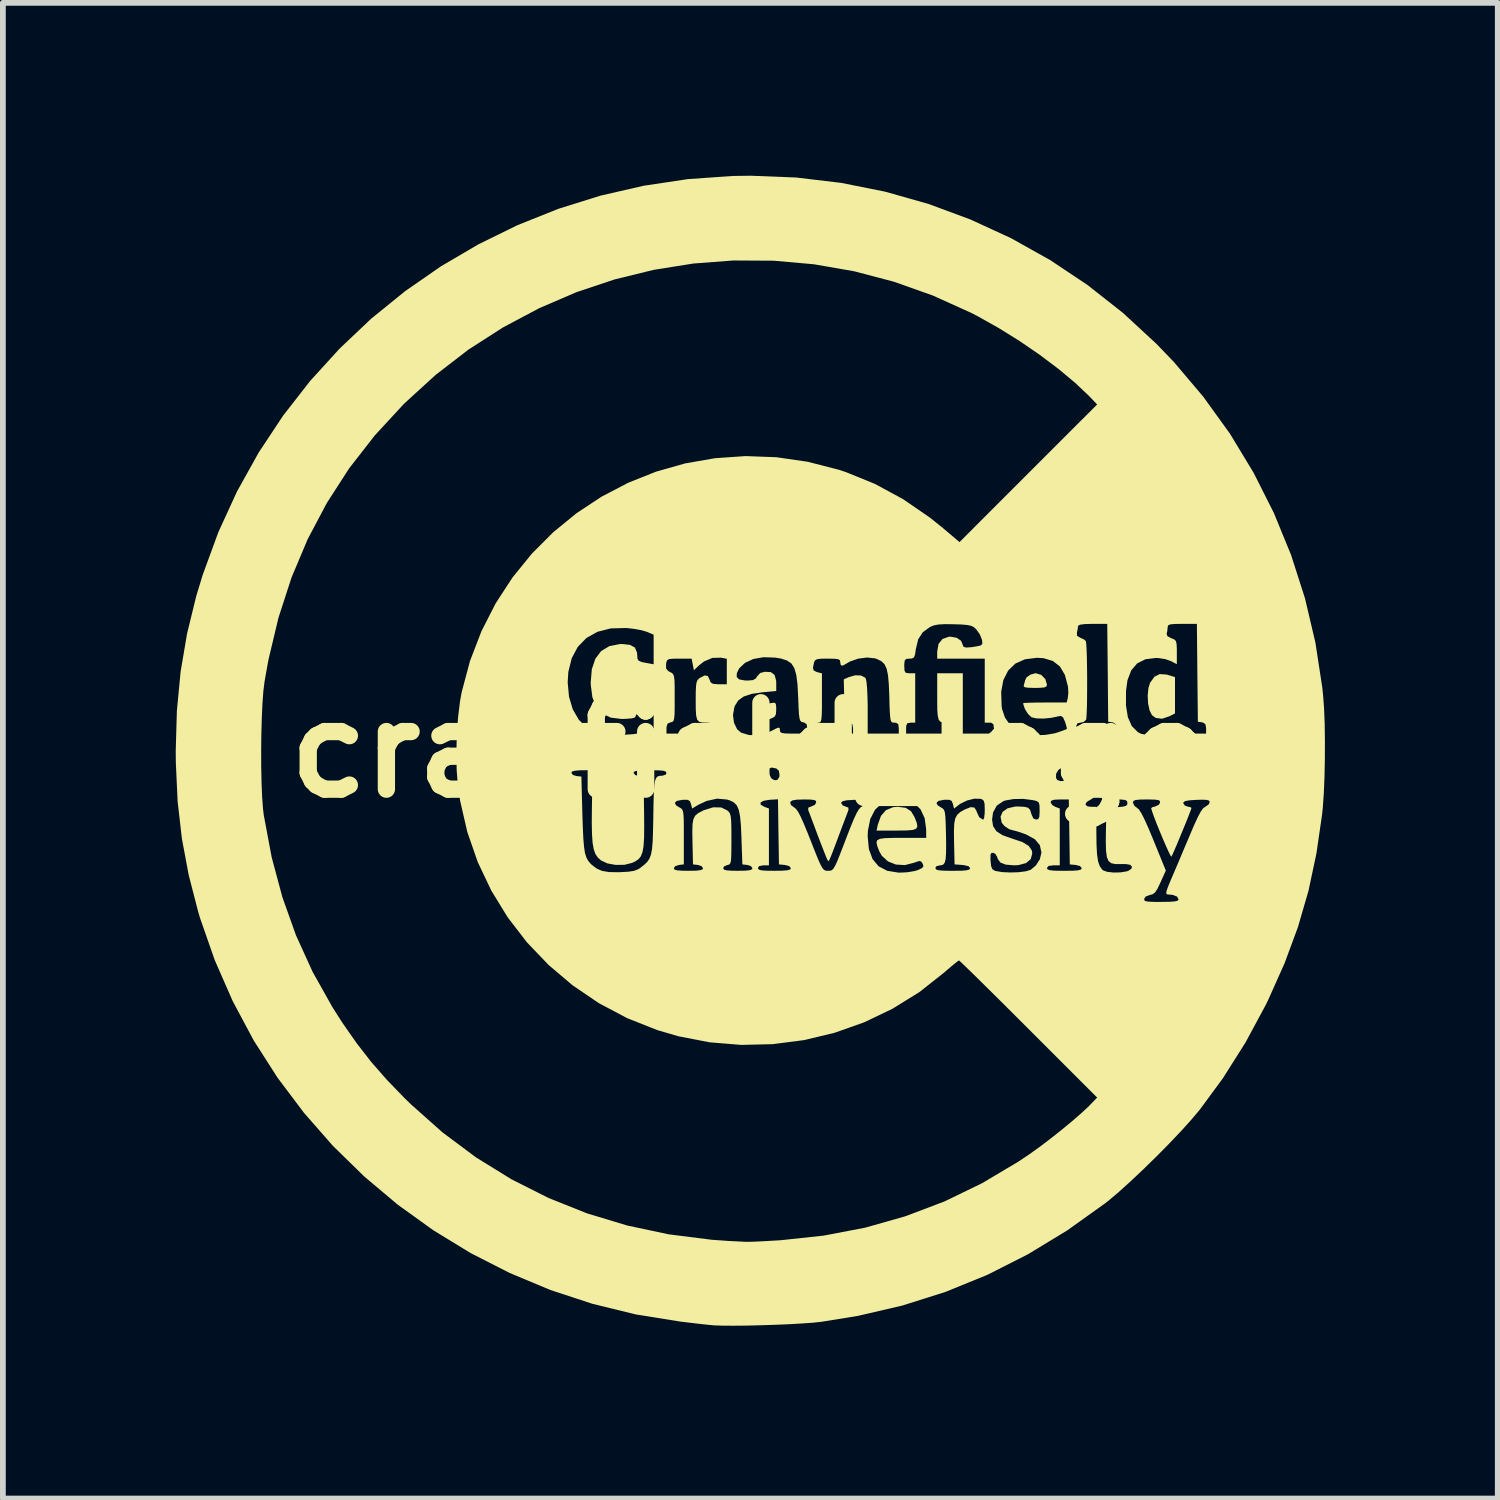
<source format=kicad_pcb>
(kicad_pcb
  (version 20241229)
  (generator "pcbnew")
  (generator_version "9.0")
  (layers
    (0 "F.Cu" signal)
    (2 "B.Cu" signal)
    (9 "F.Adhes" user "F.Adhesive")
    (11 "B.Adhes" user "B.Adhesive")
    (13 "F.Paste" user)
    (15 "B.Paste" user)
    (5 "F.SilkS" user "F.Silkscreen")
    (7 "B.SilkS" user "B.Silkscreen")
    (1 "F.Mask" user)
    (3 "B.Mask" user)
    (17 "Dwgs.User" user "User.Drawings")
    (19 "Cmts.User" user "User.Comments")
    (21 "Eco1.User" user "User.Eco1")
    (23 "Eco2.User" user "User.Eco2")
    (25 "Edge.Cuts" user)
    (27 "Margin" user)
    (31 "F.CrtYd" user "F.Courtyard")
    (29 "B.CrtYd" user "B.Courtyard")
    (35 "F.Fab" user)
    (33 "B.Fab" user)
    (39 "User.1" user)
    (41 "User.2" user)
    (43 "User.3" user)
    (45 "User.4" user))
  (footprint "cranfield_logo"
    (layer "F.Cu")
    (at 9.978 9.969)
    (property "Reference" "cranfield_logo" (at 0 0 0) (layer "F.SilkS") (effects (font (size 1.5 1.5) (thickness 0.3))))
    (attr board_only exclude_from_pos_files exclude_from_bom)
    (fp_poly (pts (xy 2.691 1.002) (xy 2.784 1.061) (xy 2.844 1.16) (xy 2.882 1.257) (xy 2.895 1.323) (xy 2.875 1.364) (xy 2.816 1.386) (xy 2.708 1.395) (xy 2.545 1.397) (xy 2.537 1.397) (xy 2.186 1.397) (xy 2.208 1.294) (xy 2.263 1.141) (xy 2.351 1.041) (xy 2.474 0.991) (xy 2.556 0.984)) (stroke (width 0) (type solid)) (fill yes) (layer "F.SilkS"))
    (fp_poly (pts (xy 7.22 -1.311) (xy 7.244 -1.304) (xy 7.366 -1.267) (xy 7.366 -0.952) (xy 7.366 -0.637) (xy 7.272 -0.588) (xy 7.142 -0.544) (xy 7.033 -0.558) (xy 6.967 -0.605) (xy 6.925 -0.688) (xy 6.899 -0.81) (xy 6.892 -0.947) (xy 6.905 -1.077) (xy 6.934 -1.169) (xy 7.009 -1.273) (xy 7.101 -1.319)) (stroke (width 0) (type solid)) (fill yes) (layer "F.SilkS"))
    (fp_poly (pts (xy 5.045 -1.305) (xy 5.115 -1.233) (xy 5.143 -1.138) (xy 5.144 -1.136) (xy 5.135 -1.105) (xy 5.1 -1.088) (xy 5.026 -1.081) (xy 4.934 -1.079) (xy 4.821 -1.082) (xy 4.761 -1.09) (xy 4.74 -1.108) (xy 4.743 -1.13) (xy 4.76 -1.189) (xy 4.763 -1.207) (xy 4.79 -1.263) (xy 4.858 -1.31) (xy 4.941 -1.333) (xy 4.953 -1.333)) (stroke (width 0) (type solid)) (fill yes) (layer "F.SilkS"))
    (fp_poly (pts (xy 0.437 -0.806) (xy 0.444 -0.748) (xy 0.445 -0.706) (xy 0.439 -0.62) (xy 0.412 -0.575) (xy 0.349 -0.545) (xy 0.345 -0.543) (xy 0.243 -0.514) (xy 0.177 -0.515) (xy 0.123 -0.548) (xy 0.113 -0.558) (xy 0.073 -0.616) (xy 0.064 -0.651) (xy 0.088 -0.713) (xy 0.145 -0.77) (xy 0.205 -0.794) (xy 0.264 -0.8) (xy 0.345 -0.814) (xy 0.409 -0.823)) (stroke (width 0) (type solid)) (fill yes) (layer "F.SilkS"))
    (fp_poly (pts (xy 0.79 -9.938) (xy 1.57 -9.845) (xy 2.336 -9.692) (xy 3.085 -9.48) (xy 3.814 -9.21) (xy 4.52 -8.885) (xy 5.199 -8.505) (xy 5.848 -8.072) (xy 6.464 -7.587) (xy 7.044 -7.051) (xy 7.345 -6.738) (xy 7.858 -6.132) (xy 8.321 -5.49) (xy 8.729 -4.816) (xy 9.083 -4.114) (xy 9.381 -3.386) (xy 9.622 -2.635) (xy 9.803 -1.866) (xy 9.923 -1.082) (xy 9.936 -0.957) (xy 9.953 -0.733) (xy 9.964 -0.462) (xy 9.968 -0.162) (xy 9.967 0.152) (xy 9.961 0.461) (xy 9.949 0.75) (xy 9.931 1.003) (xy 9.92 1.111) (xy 9.821 1.793) (xy 9.683 2.442) (xy 9.5 3.072) (xy 9.269 3.697) (xy 8.985 4.333) (xy 8.938 4.429) (xy 8.59 5.075) (xy 8.197 5.696) (xy 7.798 6.239) (xy 7.655 6.409) (xy 7.476 6.608) (xy 7.269 6.826) (xy 7.046 7.052) (xy 6.818 7.275) (xy 6.595 7.485) (xy 6.389 7.671) (xy 6.209 7.823) (xy 6.16 7.862) (xy 5.495 8.337) (xy 4.812 8.752) (xy 4.109 9.108) (xy 3.383 9.404) (xy 2.634 9.641) (xy 1.859 9.821) (xy 1.222 9.924) (xy 1.078 9.939) (xy 0.888 9.952) (xy 0.665 9.965) (xy 0.422 9.975) (xy 0.173 9.983) (xy -0.07 9.989) (xy -0.294 9.991) (xy -0.485 9.99) (xy -0.63 9.985) (xy -0.667 9.982) (xy -0.754 9.973) (xy -0.886 9.959) (xy -1.046 9.94) (xy -1.216 9.92) (xy -1.222 9.919) (xy -1.993 9.795) (xy -2.745 9.611) (xy -3.475 9.371) (xy -4.181 9.076) (xy -4.86 8.73) (xy -5.509 8.333) (xy -6.126 7.889) (xy -6.707 7.4) (xy -7.251 6.868) (xy -7.753 6.295) (xy -8.212 5.685) (xy -8.625 5.039) (xy -8.988 4.359) (xy -9.3 3.648) (xy -9.558 2.909) (xy -9.589 2.803) (xy -9.753 2.168) (xy -9.871 1.536) (xy -9.945 0.892) (xy -9.976 0.219) (xy -9.978 0.032) (xy -9.978 0.015) (xy -8.495 0.015) (xy -8.494 0.302) (xy -8.488 0.574) (xy -8.478 0.817) (xy -8.463 1.019) (xy -8.45 1.127) (xy -8.313 1.858) (xy -8.127 2.552) (xy -7.891 3.214) (xy -7.602 3.849) (xy -7.257 4.464) (xy -7.083 4.736) (xy -6.838 5.087) (xy -6.588 5.409) (xy -6.317 5.719) (xy -6.012 6.035) (xy -5.897 6.147) (xy -5.347 6.636) (xy -4.764 7.071) (xy -4.15 7.45) (xy -3.507 7.774) (xy -2.836 8.042) (xy -2.14 8.252) (xy -1.42 8.405) (xy -0.677 8.499) (xy -0.381 8.52) (xy -0.258 8.526) (xy -0.141 8.532) (xy -0.095 8.535) (xy -0.025 8.535) (xy 0.095 8.531) (xy 0.249 8.523) (xy 0.426 8.513) (xy 0.524 8.507) (xy 1.269 8.427) (xy 1.99 8.289) (xy 2.687 8.091) (xy 3.363 7.835) (xy 4.017 7.518) (xy 4.649 7.142) (xy 4.83 7.021) (xy 5.009 6.893) (xy 5.203 6.746) (xy 5.4 6.59) (xy 5.586 6.436) (xy 5.748 6.295) (xy 5.874 6.177) (xy 5.889 6.161) (xy 6.015 6.031) (xy 4.825 4.841) (xy 4.598 4.615) (xy 4.385 4.402) (xy 4.189 4.208) (xy 4.015 4.036) (xy 3.868 3.891) (xy 3.75 3.776) (xy 3.667 3.696) (xy 3.623 3.656) (xy 3.617 3.651) (xy 3.586 3.671) (xy 3.52 3.724) (xy 3.428 3.801) (xy 3.362 3.859) (xy 2.93 4.2) (xy 2.464 4.489) (xy 1.971 4.725) (xy 1.457 4.907) (xy 0.926 5.034) (xy 0.384 5.104) (xy -0.164 5.117) (xy -0.711 5.072) (xy -1.254 4.967) (xy -1.62 4.86) (xy -2.142 4.653) (xy -2.633 4.393) (xy -3.088 4.084) (xy -3.506 3.73) (xy -3.883 3.336) (xy -4.216 2.903) (xy -4.501 2.438) (xy -4.736 1.943) (xy -4.917 1.422) (xy -5.042 0.879) (xy -5.082 0.603) (xy -5.098 0.395) (xy -3.111 0.395) (xy -3.084 0.432) (xy -3.024 0.45) (xy -2.937 0.46) (xy -2.92 1.111) (xy -2.912 1.352) (xy -2.903 1.539) (xy -2.891 1.68) (xy -2.875 1.785) (xy -2.851 1.862) (xy -2.82 1.921) (xy -2.779 1.97) (xy -2.758 1.99) (xy -2.672 2.056) (xy -2.578 2.097) (xy -2.458 2.117) (xy -2.294 2.12) (xy -2.264 2.119) (xy -2.119 2.111) (xy -2.02 2.095) (xy -1.949 2.067) (xy -1.923 2.05) (xy -1.333 2.05) (xy -1.32 2.074) (xy -1.271 2.088) (xy -1.178 2.094) (xy -1.079 2.095) (xy -0.948 2.093) (xy -0.869 2.084) (xy -0.832 2.068) (xy -0.826 2.05) (xy -0.853 2.013) (xy -0.913 1.994) (xy -1 1.984) (xy -1.009 1.592) (xy -1.012 1.413) (xy -1.008 1.286) (xy -0.993 1.199) (xy -0.962 1.139) (xy -0.912 1.096) (xy -0.838 1.056) (xy -0.81 1.043) (xy -0.649 0.993) (xy -0.51 0.996) (xy -0.408 1.045) (xy -0.378 1.072) (xy -0.358 1.104) (xy -0.345 1.152) (xy -0.337 1.228) (xy -0.334 1.343) (xy -0.333 1.507) (xy -0.333 1.545) (xy -0.334 1.72) (xy -0.336 1.841) (xy -0.341 1.919) (xy -0.352 1.963) (xy -0.369 1.985) (xy -0.395 1.993) (xy -0.405 1.995) (xy -0.461 2.02) (xy -0.476 2.05) (xy -0.462 2.074) (xy -0.414 2.088) (xy -0.32 2.094) (xy -0.222 2.095) (xy -0.091 2.093) (xy -0.012 2.084) (xy 0.025 2.068) (xy 0.032 2.05) (xy 0.03 2.048) (xy 0.127 2.048) (xy 0.138 2.071) (xy 0.179 2.086) (xy 0.26 2.093) (xy 0.392 2.095) (xy 0.413 2.095) (xy 0.553 2.093) (xy 0.641 2.086) (xy 0.686 2.072) (xy 0.699 2.05) (xy 0.669 2.013) (xy 0.595 1.994) (xy 0.492 1.984) (xy 0.483 1.419) (xy 0.476 0.904) (xy 0.687 0.904) (xy 0.699 0.953) (xy 0.75 0.991) (xy 0.785 1.018) (xy 0.822 1.067) (xy 0.866 1.149) (xy 0.92 1.269) (xy 0.989 1.436) (xy 1.04 1.564) (xy 1.114 1.753) (xy 1.17 1.891) (xy 1.212 1.985) (xy 1.245 2.045) (xy 1.273 2.078) (xy 1.302 2.092) (xy 1.335 2.095) (xy 1.347 2.095) (xy 1.382 2.093) (xy 1.411 2.084) (xy 1.438 2.057) (xy 1.468 2.007) (xy 1.506 1.924) (xy 1.555 1.801) (xy 1.621 1.63) (xy 1.651 1.552) (xy 1.671 1.499) (xy 2.032 1.499) (xy 2.053 1.719) (xy 2.117 1.892) (xy 2.222 2.017) (xy 2.371 2.095) (xy 2.562 2.126) (xy 2.597 2.127) (xy 2.724 2.12) (xy 2.844 2.1) (xy 2.908 2.081) (xy 2.974 2.048) (xy 3.207 2.048) (xy 3.218 2.071) (xy 3.257 2.085) (xy 3.336 2.093) (xy 3.465 2.095) (xy 3.508 2.095) (xy 3.653 2.094) (xy 3.745 2.087) (xy 3.794 2.074) (xy 3.81 2.053) (xy 3.81 2.05) (xy 3.782 2.015) (xy 3.696 1.996) (xy 3.675 1.994) (xy 3.54 1.984) (xy 3.538 1.893) (xy 4.163 1.893) (xy 4.165 1.925) (xy 4.176 2.02) (xy 4.199 2.07) (xy 4.243 2.096) (xy 4.255 2.099) (xy 4.367 2.118) (xy 4.506 2.124) (xy 4.649 2.12) (xy 4.775 2.104) (xy 4.859 2.079) (xy 4.897 2.048) (xy 5.144 2.048) (xy 5.154 2.071) (xy 5.194 2.085) (xy 5.273 2.093) (xy 5.401 2.095) (xy 5.445 2.095) (xy 5.59 2.094) (xy 5.682 2.087) (xy 5.731 2.074) (xy 5.747 2.053) (xy 5.747 2.05) (xy 5.718 2.013) (xy 5.644 1.994) (xy 5.54 1.984) (xy 5.532 1.421) (xy 5.524 0.946) (xy 5.812 0.946) (xy 5.847 0.977) (xy 5.905 0.984) (xy 6.001 0.984) (xy 6.001 1.427) (xy 6.004 1.646) (xy 6.013 1.81) (xy 6.031 1.93) (xy 6.059 2.013) (xy 6.099 2.07) (xy 6.119 2.088) (xy 6.189 2.113) (xy 6.296 2.125) (xy 6.416 2.123) (xy 6.523 2.106) (xy 6.554 2.097) (xy 6.612 2.057) (xy 6.617 2.019) (xy 6.586 1.991) (xy 6.513 1.978) (xy 6.421 1.978) (xy 6.327 1.978) (xy 6.259 1.963) (xy 6.212 1.925) (xy 6.183 1.856) (xy 6.169 1.747) (xy 6.165 1.591) (xy 6.167 1.413) (xy 6.175 1) (xy 6.358 0.991) (xy 6.462 0.982) (xy 6.518 0.967) (xy 6.539 0.94) (xy 6.54 0.919) (xy 6.539 0.913) (xy 6.636 0.913) (xy 6.662 0.969) (xy 6.705 1.001) (xy 6.74 1.031) (xy 6.784 1.098) (xy 6.839 1.208) (xy 6.91 1.366) (xy 6.991 1.561) (xy 7.207 2.091) (xy 7.114 2.297) (xy 7.061 2.408) (xy 7.018 2.473) (xy 6.974 2.504) (xy 6.932 2.514) (xy 6.858 2.541) (xy 6.832 2.58) (xy 6.833 2.606) (xy 6.856 2.622) (xy 6.911 2.631) (xy 7.011 2.635) (xy 7.126 2.635) (xy 7.272 2.633) (xy 7.365 2.626) (xy 7.414 2.613) (xy 7.429 2.592) (xy 7.429 2.591) (xy 7.401 2.542) (xy 7.324 2.513) (xy 7.268 2.508) (xy 7.232 2.505) (xy 7.215 2.49) (xy 7.217 2.452) (xy 7.242 2.38) (xy 7.289 2.265) (xy 7.315 2.204) (xy 7.367 2.083) (xy 7.436 1.921) (xy 7.513 1.737) (xy 7.593 1.549) (xy 7.621 1.482) (xy 7.701 1.295) (xy 7.764 1.159) (xy 7.813 1.068) (xy 7.853 1.012) (xy 7.889 0.985) (xy 7.894 0.983) (xy 7.951 0.943) (xy 7.969 0.904) (xy 7.959 0.878) (xy 7.921 0.865) (xy 7.842 0.861) (xy 7.739 0.864) (xy 7.615 0.872) (xy 7.543 0.885) (xy 7.512 0.907) (xy 7.509 0.921) (xy 7.536 0.962) (xy 7.58 0.979) (xy 7.636 0.992) (xy 7.652 1.005) (xy 7.64 1.041) (xy 7.609 1.123) (xy 7.564 1.237) (xy 7.51 1.369) (xy 7.453 1.507) (xy 7.399 1.638) (xy 7.352 1.747) (xy 7.318 1.823) (xy 7.303 1.85) (xy 7.287 1.829) (xy 7.253 1.761) (xy 7.207 1.659) (xy 7.153 1.534) (xy 7.097 1.4) (xy 7.044 1.268) (xy 6.999 1.15) (xy 6.967 1.06) (xy 6.953 1.01) (xy 6.953 1.007) (xy 6.98 0.989) (xy 7.024 0.979) (xy 7.085 0.949) (xy 7.106 0.913) (xy 7.104 0.884) (xy 7.078 0.868) (xy 7.015 0.86) (xy 6.902 0.857) (xy 6.876 0.857) (xy 6.753 0.859) (xy 6.68 0.867) (xy 6.645 0.883) (xy 6.636 0.91) (xy 6.636 0.913) (xy 6.539 0.913) (xy 6.533 0.885) (xy 6.501 0.866) (xy 6.431 0.858) (xy 6.35 0.857) (xy 6.16 0.857) (xy 6.16 0.714) (xy 6.149 0.614) (xy 6.121 0.572) (xy 6.084 0.592) (xy 6.044 0.673) (xy 6.037 0.695) (xy 5.99 0.796) (xy 5.913 0.854) (xy 5.905 0.857) (xy 5.832 0.902) (xy 5.812 0.946) (xy 5.524 0.946) (xy 5.523 0.857) (xy 5.365 0.857) (xy 5.266 0.862) (xy 5.217 0.88) (xy 5.207 0.906) (xy 5.234 0.952) (xy 5.286 0.984) (xy 5.366 1.014) (xy 5.366 1.507) (xy 5.366 2) (xy 5.255 2) (xy 5.172 2.011) (xy 5.144 2.044) (xy 5.144 2.048) (xy 4.897 2.048) (xy 4.952 2.002) (xy 5.021 1.893) (xy 5.048 1.778) (xy 5.048 1.778) (xy 5.02 1.65) (xy 4.933 1.547) (xy 4.788 1.467) (xy 4.778 1.463) (xy 4.678 1.427) (xy 4.602 1.404) (xy 4.572 1.397) (xy 4.49 1.374) (xy 4.407 1.319) (xy 4.358 1.259) (xy 4.338 1.156) (xy 4.375 1.071) (xy 4.46 1.011) (xy 4.586 0.981) (xy 4.635 0.979) (xy 4.748 0.984) (xy 4.815 1) (xy 4.851 1.037) (xy 4.872 1.105) (xy 4.874 1.112) (xy 4.907 1.186) (xy 4.956 1.206) (xy 4.992 1.197) (xy 5.011 1.159) (xy 5.016 1.077) (xy 5.016 1.049) (xy 5.014 0.955) (xy 4.999 0.906) (xy 4.959 0.882) (xy 4.897 0.868) (xy 4.731 0.847) (xy 4.565 0.85) (xy 4.424 0.874) (xy 4.388 0.886) (xy 4.273 0.964) (xy 4.208 1.082) (xy 4.191 1.207) (xy 4.209 1.321) (xy 4.267 1.409) (xy 4.374 1.478) (xy 4.536 1.535) (xy 4.548 1.539) (xy 4.717 1.596) (xy 4.827 1.663) (xy 4.881 1.742) (xy 4.889 1.794) (xy 4.862 1.893) (xy 4.781 1.961) (xy 4.651 1.996) (xy 4.572 2) (xy 4.427 1.988) (xy 4.334 1.951) (xy 4.287 1.883) (xy 4.281 1.858) (xy 4.247 1.801) (xy 4.213 1.784) (xy 4.179 1.785) (xy 4.164 1.817) (xy 4.163 1.893) (xy 3.538 1.893) (xy 3.531 1.591) (xy 3.529 1.41) (xy 3.534 1.279) (xy 3.551 1.189) (xy 3.584 1.125) (xy 3.636 1.077) (xy 3.713 1.033) (xy 3.721 1.029) (xy 3.821 0.99) (xy 3.885 0.998) (xy 3.921 1.056) (xy 3.925 1.072) (xy 3.967 1.164) (xy 4.028 1.205) (xy 4.04 1.206) (xy 4.053 1.178) (xy 4.062 1.104) (xy 4.064 1.035) (xy 4.061 0.935) (xy 4.047 0.88) (xy 4.016 0.854) (xy 3.991 0.846) (xy 3.885 0.843) (xy 3.759 0.874) (xy 3.641 0.931) (xy 3.611 0.953) (xy 3.531 1.015) (xy 3.511 0.935) (xy 3.491 0.884) (xy 3.452 0.863) (xy 3.375 0.862) (xy 3.357 0.863) (xy 3.262 0.882) (xy 3.224 0.915) (xy 3.247 0.959) (xy 3.302 0.994) (xy 3.334 1.013) (xy 3.357 1.038) (xy 3.371 1.08) (xy 3.38 1.151) (xy 3.386 1.263) (xy 3.39 1.425) (xy 3.391 1.446) (xy 3.394 1.646) (xy 3.392 1.792) (xy 3.385 1.892) (xy 3.369 1.954) (xy 3.344 1.987) (xy 3.307 1.999) (xy 3.286 2) (xy 3.222 2.017) (xy 3.207 2.048) (xy 2.974 2.048) (xy 2.979 2.046) (xy 3 2.013) (xy 2.986 1.971) (xy 2.959 1.932) (xy 2.922 1.926) (xy 2.853 1.95) (xy 2.842 1.954) (xy 2.679 1.996) (xy 2.522 1.987) (xy 2.384 1.932) (xy 2.278 1.835) (xy 2.236 1.762) (xy 2.2 1.671) (xy 2.185 1.607) (xy 2.197 1.565) (xy 2.246 1.54) (xy 2.337 1.528) (xy 2.479 1.524) (xy 2.619 1.524) (xy 3.048 1.524) (xy 3.047 1.373) (xy 3.021 1.182) (xy 2.949 1.028) (xy 2.838 0.917) (xy 2.693 0.852) (xy 2.521 0.842) (xy 2.442 0.854) (xy 2.283 0.92) (xy 2.16 1.035) (xy 2.077 1.196) (xy 2.036 1.399) (xy 2.032 1.499) (xy 1.671 1.499) (xy 1.729 1.349) (xy 1.791 1.199) (xy 1.84 1.094) (xy 1.879 1.028) (xy 1.912 0.991) (xy 1.929 0.982) (xy 1.984 0.942) (xy 2 0.904) (xy 1.99 0.878) (xy 1.95 0.864) (xy 1.869 0.861) (xy 1.786 0.864) (xy 1.666 0.872) (xy 1.599 0.887) (xy 1.573 0.911) (xy 1.572 0.921) (xy 1.599 0.961) (xy 1.645 0.979) (xy 1.698 0.999) (xy 1.698 1.042) (xy 1.679 1.092) (xy 1.643 1.187) (xy 1.595 1.314) (xy 1.54 1.46) (xy 1.54 1.46) (xy 1.472 1.642) (xy 1.423 1.771) (xy 1.389 1.856) (xy 1.368 1.905) (xy 1.354 1.925) (xy 1.345 1.924) (xy 1.336 1.91) (xy 1.33 1.898) (xy 1.31 1.852) (xy 1.273 1.759) (xy 1.224 1.633) (xy 1.168 1.487) (xy 1.163 1.474) (xy 1.108 1.326) (xy 1.059 1.196) (xy 1.022 1.097) (xy 1.001 1.044) (xy 1 1.042) (xy 1.001 0.999) (xy 1.053 0.979) (xy 1.115 0.95) (xy 1.137 0.913) (xy 1.135 0.883) (xy 1.107 0.867) (xy 1.041 0.859) (xy 0.926 0.857) (xy 0.799 0.861) (xy 0.724 0.874) (xy 0.69 0.899) (xy 0.687 0.904) (xy 0.476 0.904) (xy 0.475 0.854) (xy 0.327 0.863) (xy 0.225 0.88) (xy 0.173 0.91) (xy 0.174 0.946) (xy 0.234 0.982) (xy 0.236 0.983) (xy 0.318 1.014) (xy 0.318 1.507) (xy 0.318 2) (xy 0.222 2) (xy 0.147 2.014) (xy 0.127 2.048) (xy 0.03 2.048) (xy 0.004 2.013) (xy -0.056 1.994) (xy -0.143 1.984) (xy -0.159 1.522) (xy -0.168 1.309) (xy -0.183 1.15) (xy -0.206 1.036) (xy -0.241 0.958) (xy -0.292 0.907) (xy -0.361 0.873) (xy -0.411 0.858) (xy -0.582 0.843) (xy -0.765 0.883) (xy -0.904 0.948) (xy -1.015 1.014) (xy -1.035 0.934) (xy -1.056 0.883) (xy -1.095 0.863) (xy -1.175 0.863) (xy -1.187 0.864) (xy -1.28 0.882) (xy -1.316 0.916) (xy -1.292 0.96) (xy -1.238 0.994) (xy -1.208 1.011) (xy -1.186 1.033) (xy -1.172 1.07) (xy -1.164 1.132) (xy -1.16 1.231) (xy -1.159 1.375) (xy -1.159 1.509) (xy -1.159 1.984) (xy -1.246 1.994) (xy -1.311 2.017) (xy -1.333 2.05) (xy -1.923 2.05) (xy -1.917 2.046) (xy -1.848 1.992) (xy -1.795 1.942) (xy -1.756 1.885) (xy -1.729 1.813) (xy -1.711 1.717) (xy -1.7 1.586) (xy -1.694 1.412) (xy -1.689 1.184) (xy -1.689 1.149) (xy -1.685 0.921) (xy -1.68 0.748) (xy -1.672 0.623) (xy -1.66 0.539) (xy -1.641 0.486) (xy -1.615 0.458) (xy -1.578 0.447) (xy -1.532 0.445) (xy -1.474 0.426) (xy -1.473 0.424) (xy 0.254 0.424) (xy 0.266 0.5) (xy 0.311 0.532) (xy 0.396 0.533) (xy 0.467 0.515) (xy 0.488 0.482) (xy 5.301 0.482) (xy 5.323 0.519) (xy 5.381 0.539) (xy 5.458 0.531) (xy 5.52 0.497) (xy 5.523 0.494) (xy 5.546 0.424) (xy 5.525 0.35) (xy 5.473 0.305) (xy 5.402 0.304) (xy 5.34 0.347) (xy 5.302 0.412) (xy 5.301 0.482) (xy 0.488 0.482) (xy 0.497 0.467) (xy 0.502 0.439) (xy 0.491 0.359) (xy 0.446 0.319) (xy 0.363 0.303) (xy 0.293 0.335) (xy 0.256 0.404) (xy 0.254 0.424) (xy -1.473 0.424) (xy -1.46 0.397) (xy -1.472 0.374) (xy -1.512 0.359) (xy -1.593 0.352) (xy -1.725 0.349) (xy -1.746 0.349) (xy -1.887 0.351) (xy -1.975 0.359) (xy -2.019 0.373) (xy -2.032 0.395) (xy -2.004 0.432) (xy -1.945 0.45) (xy -1.857 0.46) (xy -1.849 1.088) (xy -1.847 1.332) (xy -1.849 1.522) (xy -1.858 1.665) (xy -1.876 1.769) (xy -1.905 1.843) (xy -1.945 1.894) (xy -2.001 1.932) (xy -2.057 1.958) (xy -2.189 1.991) (xy -2.341 1.993) (xy -2.485 1.967) (xy -2.597 1.915) (xy -2.597 1.915) (xy -2.652 1.865) (xy -2.694 1.803) (xy -2.723 1.72) (xy -2.743 1.606) (xy -2.753 1.454) (xy -2.757 1.255) (xy -2.755 1.035) (xy -2.746 0.46) (xy -2.643 0.45) (xy -2.566 0.43) (xy -2.54 0.395) (xy -2.553 0.372) (xy -2.598 0.358) (xy -2.686 0.351) (xy -2.826 0.349) (xy -2.966 0.351) (xy -3.054 0.359) (xy -3.099 0.373) (xy -3.111 0.395) (xy -5.098 0.395) (xy -5.102 0.34) (xy -5.107 0.041) (xy -5.099 -0.27) (xy -5.077 -0.575) (xy -5.043 -0.851) (xy -5.016 -1) (xy -4.969 -1.177) (xy -3.175 -1.177) (xy -3.152 -0.927) (xy -3.087 -0.708) (xy -2.982 -0.527) (xy -2.842 -0.389) (xy -2.671 -0.302) (xy -2.671 -0.302) (xy -2.545 -0.276) (xy -2.382 -0.264) (xy -2.204 -0.265) (xy -2.03 -0.277) (xy -1.883 -0.301) (xy -1.802 -0.326) (xy -1.683 -0.378) (xy -1.683 -0.618) (xy -1.683 -0.857) (xy -1.807 -0.857) (xy -1.885 -0.854) (xy -1.925 -0.831) (xy -1.945 -0.772) (xy -1.954 -0.722) (xy -1.975 -0.634) (xy -2.003 -0.574) (xy -2.012 -0.564) (xy -2.061 -0.551) (xy -2.152 -0.543) (xy -2.238 -0.54) (xy -2.426 -0.563) (xy -2.573 -0.633) (xy -2.679 -0.75) (xy -2.746 -0.916) (xy -2.774 -1.132) (xy -2.775 -1.175) (xy -2.756 -1.403) (xy -2.695 -1.585) (xy -2.594 -1.719) (xy -2.452 -1.804) (xy -2.271 -1.84) (xy -2.226 -1.841) (xy -2.092 -1.826) (xy -2.008 -1.779) (xy -1.972 -1.694) (xy -1.968 -1.651) (xy -1.964 -1.586) (xy -1.942 -1.55) (xy -1.885 -1.527) (xy -1.802 -1.511) (xy -1.683 -1.489) (xy -1.683 -1.491) (xy -1.467 -1.491) (xy -1.467 -1.416) (xy -1.428 -1.371) (xy -1.4 -1.356) (xy -1.366 -1.338) (xy -1.343 -1.315) (xy -1.329 -1.276) (xy -1.321 -1.21) (xy -1.318 -1.104) (xy -1.318 -0.949) (xy -1.318 -0.904) (xy -1.318 -0.736) (xy -1.32 -0.621) (xy -1.327 -0.548) (xy -1.338 -0.508) (xy -1.357 -0.49) (xy -1.386 -0.482) (xy -1.389 -0.482) (xy -1.442 -0.459) (xy -1.46 -0.398) (xy -1.46 -0.379) (xy -1.46 -0.286) (xy -1.064 -0.286) (xy -0.667 -0.286) (xy -0.667 -0.381) (xy -0.675 -0.449) (xy -0.712 -0.473) (xy -0.759 -0.476) (xy -0.841 -0.479) (xy -0.895 -0.493) (xy -0.928 -0.53) (xy -0.945 -0.6) (xy -0.946 -0.607) (xy -0.306 -0.607) (xy -0.288 -0.473) (xy -0.234 -0.362) (xy -0.166 -0.303) (xy -0.027 -0.261) (xy 0.135 -0.261) (xy 0.3 -0.304) (xy 0.36 -0.332) (xy 0.446 -0.376) (xy 0.49 -0.391) (xy 0.506 -0.379) (xy 0.508 -0.348) (xy 0.514 -0.316) (xy 0.54 -0.298) (xy 0.6 -0.289) (xy 0.707 -0.286) (xy 0.746 -0.286) (xy 0.984 -0.286) (xy 0.984 -0.379) (xy 0.972 -0.45) (xy 0.928 -0.479) (xy 0.913 -0.482) (xy 0.884 -0.489) (xy 0.864 -0.507) (xy 0.85 -0.545) (xy 0.84 -0.615) (xy 0.833 -0.727) (xy 0.827 -0.89) (xy 0.825 -0.921) (xy 0.814 -1.14) (xy 0.793 -1.304) (xy 0.759 -1.423) (xy 0.756 -1.428) (xy 1.082 -1.428) (xy 1.097 -1.38) (xy 1.149 -1.355) (xy 1.159 -1.352) (xy 1.238 -1.332) (xy 1.238 -0.904) (xy 1.238 -0.732) (xy 1.235 -0.614) (xy 1.229 -0.539) (xy 1.218 -0.497) (xy 1.201 -0.48) (xy 1.176 -0.476) (xy 1.175 -0.476) (xy 1.128 -0.461) (xy 1.112 -0.406) (xy 1.111 -0.381) (xy 1.111 -0.286) (xy 1.445 -0.286) (xy 1.778 -0.286) (xy 1.778 -0.379) (xy 1.766 -0.45) (xy 1.722 -0.479) (xy 1.707 -0.482) (xy 1.676 -0.489) (xy 1.655 -0.509) (xy 1.642 -0.551) (xy 1.634 -0.627) (xy 1.629 -0.748) (xy 1.626 -0.86) (xy 1.617 -1.227) (xy 1.699 -1.264) (xy 1.814 -1.298) (xy 1.916 -1.295) (xy 1.987 -1.258) (xy 1.999 -1.24) (xy 2.011 -1.187) (xy 2.021 -1.083) (xy 2.028 -0.943) (xy 2.032 -0.779) (xy 2.032 -0.732) (xy 2.032 -0.286) (xy 2.302 -0.286) (xy 2.572 -0.286) (xy 2.572 -0.381) (xy 2.563 -0.449) (xy 2.527 -0.474) (xy 2.496 -0.476) (xy 2.466 -0.478) (xy 2.445 -0.489) (xy 2.431 -0.52) (xy 2.422 -0.58) (xy 2.415 -0.679) (xy 2.41 -0.826) (xy 2.408 -0.929) (xy 2.399 -1.141) (xy 2.385 -1.299) (xy 2.361 -1.412) (xy 2.338 -1.46) (xy 2.667 -1.46) (xy 2.671 -1.379) (xy 2.691 -1.343) (xy 2.742 -1.334) (xy 2.762 -1.333) (xy 2.857 -1.333) (xy 2.857 -0.905) (xy 2.857 -0.476) (xy 2.778 -0.476) (xy 2.721 -0.466) (xy 2.701 -0.422) (xy 2.699 -0.381) (xy 2.699 -0.286) (xy 3.08 -0.286) (xy 3.461 -0.286) (xy 3.461 -0.381) (xy 3.45 -0.451) (xy 3.413 -0.476) (xy 3.4 -0.476) (xy 3.336 -0.479) (xy 3.292 -0.493) (xy 3.264 -0.529) (xy 3.248 -0.597) (xy 3.24 -0.705) (xy 3.239 -0.864) (xy 3.239 -0.924) (xy 3.239 -1.333) (xy 3.461 -1.333) (xy 3.683 -1.333) (xy 3.683 -0.81) (xy 3.683 -0.286) (xy 3.953 -0.286) (xy 4.223 -0.286) (xy 4.223 -0.381) (xy 4.214 -0.449) (xy 4.178 -0.474) (xy 4.143 -0.476) (xy 4.064 -0.476) (xy 4.064 -1.01) (xy 4.349 -1.01) (xy 4.357 -0.765) (xy 4.364 -0.714) (xy 4.415 -0.564) (xy 4.511 -0.426) (xy 4.637 -0.322) (xy 4.683 -0.298) (xy 4.8 -0.268) (xy 4.953 -0.257) (xy 5.119 -0.264) (xy 5.273 -0.29) (xy 5.325 -0.305) (xy 5.414 -0.336) (xy 5.474 -0.359) (xy 5.488 -0.366) (xy 5.487 -0.381) (xy 5.652 -0.381) (xy 5.652 -0.286) (xy 6.001 -0.286) (xy 6.35 -0.286) (xy 6.35 -0.379) (xy 6.338 -0.45) (xy 6.294 -0.479) (xy 6.279 -0.482) (xy 6.207 -0.492) (xy 6.204 -0.774) (xy 6.515 -0.774) (xy 6.548 -0.57) (xy 6.617 -0.416) (xy 6.721 -0.312) (xy 6.776 -0.283) (xy 6.881 -0.261) (xy 7.016 -0.263) (xy 7.154 -0.284) (xy 7.268 -0.323) (xy 7.301 -0.343) (xy 7.376 -0.395) (xy 7.415 -0.408) (xy 7.428 -0.381) (xy 7.429 -0.349) (xy 7.435 -0.317) (xy 7.461 -0.298) (xy 7.52 -0.289) (xy 7.625 -0.286) (xy 7.668 -0.286) (xy 7.906 -0.286) (xy 7.906 -0.379) (xy 7.894 -0.45) (xy 7.849 -0.479) (xy 7.834 -0.482) (xy 7.763 -0.492) (xy 7.754 -1.341) (xy 7.746 -2.191) (xy 7.492 -2.191) (xy 7.366 -2.189) (xy 7.29 -2.183) (xy 7.252 -2.169) (xy 7.24 -2.143) (xy 7.239 -2.13) (xy 7.23 -2.053) (xy 7.221 -2.023) (xy 7.233 -1.978) (xy 7.301 -1.942) (xy 7.353 -1.921) (xy 7.382 -1.892) (xy 7.394 -1.838) (xy 7.398 -1.744) (xy 7.398 -1.699) (xy 7.398 -1.491) (xy 7.295 -1.545) (xy 7.196 -1.579) (xy 7.074 -1.598) (xy 7.033 -1.599) (xy 6.851 -1.576) (xy 6.709 -1.504) (xy 6.606 -1.383) (xy 6.541 -1.212) (xy 6.516 -1.031) (xy 6.515 -0.774) (xy 6.204 -0.774) (xy 6.199 -1.341) (xy 6.19 -2.191) (xy 5.937 -2.191) (xy 5.798 -2.187) (xy 5.716 -2.176) (xy 5.684 -2.157) (xy 5.683 -2.151) (xy 5.675 -2.089) (xy 5.664 -2.043) (xy 5.665 -1.985) (xy 5.717 -1.952) (xy 5.72 -1.951) (xy 5.787 -1.92) (xy 5.818 -1.893) (xy 5.825 -1.851) (xy 5.831 -1.758) (xy 5.836 -1.624) (xy 5.839 -1.462) (xy 5.841 -1.284) (xy 5.841 -1.101) (xy 5.84 -0.925) (xy 5.838 -0.767) (xy 5.833 -0.64) (xy 5.828 -0.555) (xy 5.823 -0.526) (xy 5.779 -0.487) (xy 5.727 -0.476) (xy 5.673 -0.465) (xy 5.653 -0.42) (xy 5.652 -0.381) (xy 5.487 -0.381) (xy 5.485 -0.399) (xy 5.465 -0.469) (xy 5.457 -0.492) (xy 5.423 -0.567) (xy 5.385 -0.593) (xy 5.351 -0.588) (xy 5.221 -0.56) (xy 5.084 -0.547) (xy 4.962 -0.55) (xy 4.878 -0.569) (xy 4.874 -0.571) (xy 4.815 -0.627) (xy 4.761 -0.713) (xy 4.732 -0.798) (xy 4.731 -0.814) (xy 4.76 -0.819) (xy 4.841 -0.822) (xy 4.961 -0.825) (xy 5.107 -0.826) (xy 5.108 -0.826) (xy 5.486 -0.826) (xy 5.506 -0.907) (xy 5.515 -0.994) (xy 5.509 -1.098) (xy 5.508 -1.105) (xy 5.455 -1.305) (xy 5.369 -1.451) (xy 5.246 -1.547) (xy 5.084 -1.595) (xy 4.969 -1.602) (xy 4.762 -1.576) (xy 4.595 -1.501) (xy 4.47 -1.38) (xy 4.387 -1.216) (xy 4.349 -1.01) (xy 4.064 -1.01) (xy 4.064 -1.032) (xy 4.064 -1.587) (xy 3.651 -1.587) (xy 3.239 -1.587) (xy 3.239 -1.714) (xy 3.262 -1.843) (xy 3.33 -1.928) (xy 3.44 -1.967) (xy 3.474 -1.968) (xy 3.578 -1.949) (xy 3.653 -1.897) (xy 3.683 -1.825) (xy 3.683 -1.823) (xy 3.696 -1.792) (xy 3.742 -1.78) (xy 3.833 -1.786) (xy 3.915 -1.799) (xy 3.992 -1.815) (xy 4.022 -1.842) (xy 4.019 -1.897) (xy 4.015 -1.917) (xy 3.977 -2.011) (xy 3.917 -2.095) (xy 3.876 -2.133) (xy 3.829 -2.157) (xy 3.761 -2.171) (xy 3.656 -2.18) (xy 3.532 -2.184) (xy 3.373 -2.186) (xy 3.261 -2.18) (xy 3.18 -2.164) (xy 3.114 -2.137) (xy 2.988 -2.045) (xy 2.909 -1.923) (xy 2.869 -1.757) (xy 2.868 -1.754) (xy 2.854 -1.657) (xy 2.835 -1.608) (xy 2.8 -1.59) (xy 2.758 -1.587) (xy 2.7 -1.582) (xy 2.674 -1.554) (xy 2.667 -1.484) (xy 2.667 -1.46) (xy 2.338 -1.46) (xy 2.324 -1.491) (xy 2.27 -1.543) (xy 2.197 -1.579) (xy 2.158 -1.592) (xy 2.022 -1.607) (xy 1.868 -1.587) (xy 1.725 -1.538) (xy 1.671 -1.506) (xy 1.6 -1.466) (xy 1.565 -1.474) (xy 1.556 -1.524) (xy 1.55 -1.558) (xy 1.522 -1.577) (xy 1.46 -1.585) (xy 1.349 -1.587) (xy 1.337 -1.587) (xy 1.221 -1.586) (xy 1.153 -1.577) (xy 1.118 -1.557) (xy 1.101 -1.522) (xy 1.1 -1.516) (xy 1.082 -1.428) (xy 0.756 -1.428) (xy 0.707 -1.504) (xy 0.63 -1.556) (xy 0.525 -1.589) (xy 0.426 -1.605) (xy 0.225 -1.612) (xy 0.048 -1.581) (xy -0.096 -1.515) (xy -0.198 -1.419) (xy -0.238 -1.337) (xy -0.242 -1.269) (xy -0.199 -1.227) (xy -0.103 -1.209) (xy -0.047 -1.207) (xy 0.043 -1.215) (xy 0.092 -1.245) (xy 0.112 -1.278) (xy 0.167 -1.338) (xy 0.248 -1.359) (xy 0.353 -1.353) (xy 0.416 -1.304) (xy 0.443 -1.207) (xy 0.445 -1.16) (xy 0.445 -1.025) (xy 0.215 -1.004) (xy 0.021 -0.976) (xy -0.119 -0.93) (xy -0.214 -0.862) (xy -0.274 -0.767) (xy -0.282 -0.746) (xy -0.306 -0.607) (xy -0.946 -0.607) (xy -0.952 -0.713) (xy -0.953 -0.859) (xy -0.952 -1.012) (xy -0.947 -1.114) (xy -0.937 -1.179) (xy -0.919 -1.218) (xy -0.891 -1.246) (xy -0.882 -1.252) (xy -0.798 -1.296) (xy -0.743 -1.286) (xy -0.712 -1.222) (xy -0.691 -1.172) (xy -0.649 -1.149) (xy -0.566 -1.143) (xy -0.552 -1.143) (xy -0.413 -1.143) (xy -0.413 -1.364) (xy -0.413 -1.585) (xy -0.516 -1.604) (xy -0.663 -1.6) (xy -0.809 -1.538) (xy -0.897 -1.469) (xy -0.984 -1.386) (xy -1.004 -1.487) (xy -1.024 -1.587) (xy -1.239 -1.587) (xy -1.352 -1.586) (xy -1.418 -1.579) (xy -1.449 -1.559) (xy -1.463 -1.52) (xy -1.467 -1.491) (xy -1.683 -1.491) (xy -1.683 -1.746) (xy -1.683 -2.003) (xy -1.801 -2.053) (xy -1.893 -2.08) (xy -2.021 -2.104) (xy -2.158 -2.119) (xy -2.162 -2.119) (xy -2.428 -2.112) (xy -2.658 -2.053) (xy -2.85 -1.945) (xy -3 -1.791) (xy -3.105 -1.594) (xy -3.164 -1.355) (xy -3.175 -1.177) (xy -4.969 -1.177) (xy -4.87 -1.548) (xy -4.671 -2.065) (xy -4.424 -2.549) (xy -4.131 -2.998) (xy -3.797 -3.409) (xy -3.426 -3.781) (xy -3.021 -4.112) (xy -2.586 -4.399) (xy -2.124 -4.64) (xy -1.64 -4.833) (xy -1.136 -4.976) (xy -0.618 -5.066) (xy -0.088 -5.103) (xy 0.45 -5.083) (xy 0.992 -5.004) (xy 1.534 -4.865) (xy 1.659 -4.823) (xy 2.16 -4.619) (xy 2.647 -4.355) (xy 3.114 -4.034) (xy 3.345 -3.848) (xy 3.626 -3.61) (xy 4.82 -4.805) (xy 6.015 -5.999) (xy 5.873 -6.147) (xy 5.632 -6.375) (xy 5.343 -6.616) (xy 5.019 -6.86) (xy 4.67 -7.099) (xy 4.31 -7.323) (xy 3.951 -7.525) (xy 3.826 -7.59) (xy 3.162 -7.89) (xy 2.485 -8.13) (xy 1.796 -8.311) (xy 1.1 -8.432) (xy 0.401 -8.494) (xy -0.299 -8.498) (xy -0.994 -8.445) (xy -1.683 -8.335) (xy -2.361 -8.169) (xy -3.025 -7.947) (xy -3.671 -7.669) (xy -4.296 -7.337) (xy -4.896 -6.952) (xy -5.467 -6.512) (xy -6.006 -6.02) (xy -6.027 -5.999) (xy -6.524 -5.46) (xy -6.967 -4.891) (xy -7.354 -4.291) (xy -7.688 -3.66) (xy -7.968 -2.995) (xy -8.195 -2.296) (xy -8.37 -1.562) (xy -8.436 -1.191) (xy -8.457 -1.023) (xy -8.473 -0.806) (xy -8.484 -0.552) (xy -8.492 -0.274) (xy -8.495 0.015) (xy -9.978 0.015) (xy -9.958 -0.682) (xy -9.893 -1.362) (xy -9.781 -2.022) (xy -9.621 -2.676) (xy -9.509 -3.043) (xy -9.238 -3.783) (xy -8.913 -4.491) (xy -8.537 -5.166) (xy -8.114 -5.805) (xy -7.645 -6.407) (xy -7.134 -6.968) (xy -6.584 -7.489) (xy -5.997 -7.965) (xy -5.376 -8.396) (xy -4.723 -8.779) (xy -4.042 -9.113) (xy -3.336 -9.395) (xy -2.606 -9.623) (xy -1.857 -9.795) (xy -1.09 -9.91) (xy -0.308 -9.965) (xy 0 -9.969)) (stroke (width 0) (type solid)) (fill yes) (layer "F.SilkS")))
  (gr_rect
    (start -3 -3)
    (end 22.946 22.96)
    (stroke (width 0.1) (type default))
    (fill no)
    (layer "Edge.Cuts")))
</source>
